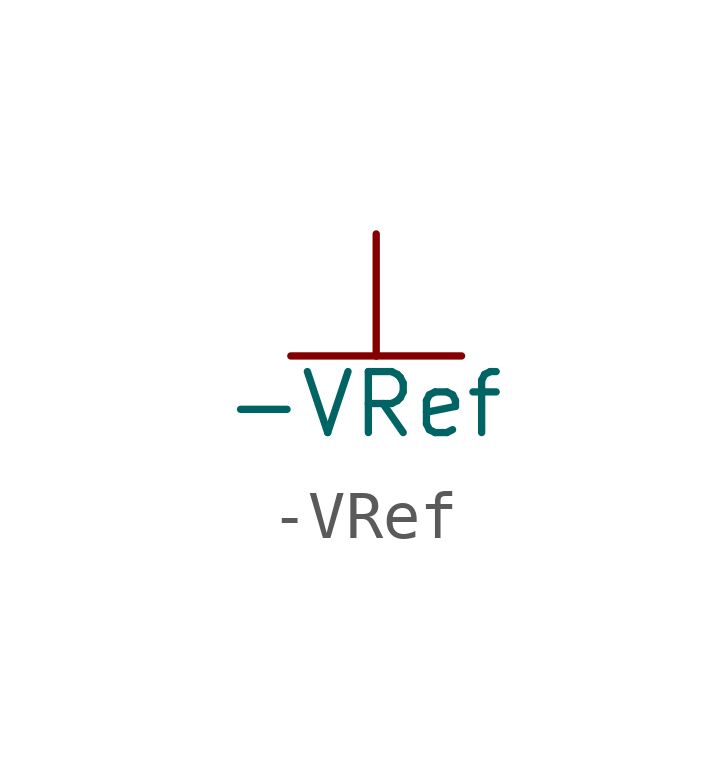
<source format=kicad_sym>
(kicad_symbol_lib
  (version 20231120)
  (generator "kicad_symbol_editor")
  (generator_version "8.0")
  (symbol "-VRef"
    (power)
    (pin_numbers hide)
    (pin_names
      (offset 0) hide)
    (property "Reference" "#PWR"
      (at 0 -7.112 0)
      (effects (font (size 1.27 1.27)) (hide yes)))
    (property "Value" "-VRef"
      (at -0.254 -3.556 0)
      (effects (font (size 1.27 1.27))))
    (property "Footprint" ""
      (at 0 0 0)
      (effects (font (size 1.524 1.524))))
    (property "Datasheet" ""
      (at 0 0 0)
      (effects (font (size 1.524 1.524))))
    (symbol "-VRef_0_1"
      (polyline (pts (xy -1.778 -2.54) (xy 0 -2.54)) (stroke (width 0) (type default)) (fill (type none)))
      (polyline (pts (xy 0 -2.54) (xy 0 0)) (stroke (width 0) (type default)) (fill (type none)))
      (polyline (pts (xy 0 -2.54) (xy 1.778 -2.54)) (stroke (width 0) (type default)) (fill (type none))))
    (symbol "-VRef_1_1"
      (pin power_in line (at 0 0 270) (length 0) hide (name "-VRef" (effects (font (size 1.27 1.27)))) (number "1" (effects (font (size 1.27 1.27))))))))
</source>
